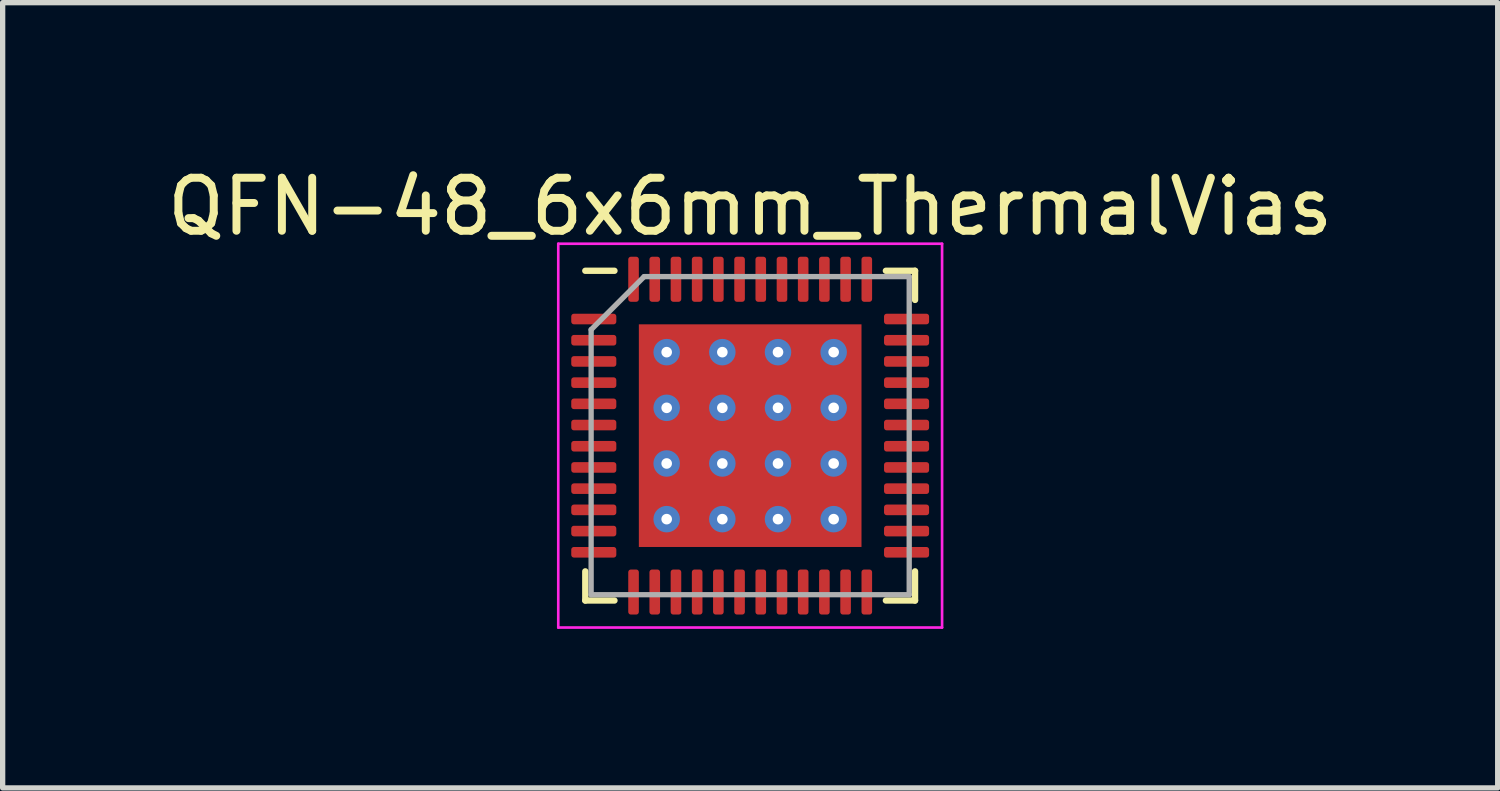
<source format=kicad_pcb>
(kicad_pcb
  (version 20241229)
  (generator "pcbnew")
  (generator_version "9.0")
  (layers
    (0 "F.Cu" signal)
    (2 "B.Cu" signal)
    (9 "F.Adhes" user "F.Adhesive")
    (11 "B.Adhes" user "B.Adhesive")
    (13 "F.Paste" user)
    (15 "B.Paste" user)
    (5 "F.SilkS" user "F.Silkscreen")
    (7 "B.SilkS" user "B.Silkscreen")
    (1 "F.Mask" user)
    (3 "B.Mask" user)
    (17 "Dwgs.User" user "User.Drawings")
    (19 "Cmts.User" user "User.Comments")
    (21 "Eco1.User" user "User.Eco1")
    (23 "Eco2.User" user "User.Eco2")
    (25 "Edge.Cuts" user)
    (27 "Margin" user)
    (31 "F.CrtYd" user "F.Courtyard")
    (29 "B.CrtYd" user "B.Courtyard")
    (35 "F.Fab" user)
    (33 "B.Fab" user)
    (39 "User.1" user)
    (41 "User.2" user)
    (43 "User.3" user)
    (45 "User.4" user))
  (footprint "QFN-48_6x6mm_ThermalVias"
    (layer "F.Cu")
    (at 11.101 5.168)
    (property "Reference" "QFN-48_6x6mm_ThermalVias" (at 0 -4.32 0) (layer "F.SilkS") (effects (font (size 1 1) (thickness 0.15))))
    (attr smd)
    (fp_line (start -3.11 3.11) (end -3.11 2.56) (stroke (width 0.12) (type solid)) (layer "F.SilkS"))
    (fp_line (start -2.56 -3.11) (end -3.11 -3.11) (stroke (width 0.12) (type solid)) (layer "F.SilkS"))
    (fp_line (start -2.56 3.11) (end -3.11 3.11) (stroke (width 0.12) (type solid)) (layer "F.SilkS"))
    (fp_line (start 2.56 -3.11) (end 3.11 -3.11) (stroke (width 0.12) (type solid)) (layer "F.SilkS"))
    (fp_line (start 2.56 3.11) (end 3.11 3.11) (stroke (width 0.12) (type solid)) (layer "F.SilkS"))
    (fp_line (start 3.11 -3.11) (end 3.11 -2.56) (stroke (width 0.12) (type solid)) (layer "F.SilkS"))
    (fp_line (start 3.11 3.11) (end 3.11 2.56) (stroke (width 0.12) (type solid)) (layer "F.SilkS"))
    (fp_line (start -3.62 -3.62) (end -3.62 3.62) (stroke (width 0.05) (type solid)) (layer "F.CrtYd"))
    (fp_line (start -3.62 3.62) (end 3.62 3.62) (stroke (width 0.05) (type solid)) (layer "F.CrtYd"))
    (fp_line (start 3.62 -3.62) (end -3.62 -3.62) (stroke (width 0.05) (type solid)) (layer "F.CrtYd"))
    (fp_line (start 3.62 3.62) (end 3.62 -3.62) (stroke (width 0.05) (type solid)) (layer "F.CrtYd"))
    (fp_line (start -3 -2) (end -2 -3) (stroke (width 0.1) (type solid)) (layer "F.Fab"))
    (fp_line (start -3 3) (end -3 -2) (stroke (width 0.1) (type solid)) (layer "F.Fab"))
    (fp_line (start -2 -3) (end 3 -3) (stroke (width 0.1) (type solid)) (layer "F.Fab"))
    (fp_line (start 3 -3) (end 3 3) (stroke (width 0.1) (type solid)) (layer "F.Fab"))
    (fp_line (start 3 3) (end -3 3) (stroke (width 0.1) (type solid)) (layer "F.Fab"))
    (pad "" smd custom (at -1.837 -1.837) (size 0.295 0.295) (layers "F.Paste") (options (anchor circle)) (primitives (gr_poly (pts (xy -0.106 -0.106) (xy 0.106 -0.106) (xy 0.106 -0.013) (xy -0.013 0.106) (xy -0.106 0.106)) (width 0.212) (fill yes))))
    (pad "" smd custom (at -1.837 -1.05) (size 0.331 0.331) (layers "F.Paste") (options (anchor circle)) (primitives (gr_poly (pts (xy -0.12 -0.331) (xy 0.043 -0.331) (xy 0.12 -0.255) (xy 0.12 0.255) (xy 0.043 0.331) (xy -0.12 0.331)) (width 0.184) (fill yes))))
    (pad "" smd custom (at -1.837 0) (size 0.331 0.331) (layers "F.Paste") (options (anchor circle)) (primitives (gr_poly (pts (xy -0.12 -0.331) (xy 0.043 -0.331) (xy 0.12 -0.255) (xy 0.12 0.255) (xy 0.043 0.331) (xy -0.12 0.331)) (width 0.184) (fill yes))))
    (pad "" smd custom (at -1.837 1.05) (size 0.331 0.331) (layers "F.Paste") (options (anchor circle)) (primitives (gr_poly (pts (xy -0.12 -0.331) (xy 0.043 -0.331) (xy 0.12 -0.255) (xy 0.12 0.255) (xy 0.043 0.331) (xy -0.12 0.331)) (width 0.184) (fill yes))))
    (pad "" smd custom (at -1.837 1.837) (size 0.295 0.295) (layers "F.Paste") (options (anchor circle)) (primitives (gr_poly (pts (xy -0.106 -0.106) (xy -0.013 -0.106) (xy 0.106 0.013) (xy 0.106 0.106) (xy -0.106 0.106)) (width 0.212) (fill yes))))
    (pad "" smd custom (at -1.05 -1.837) (size 0.331 0.331) (layers "F.Paste") (options (anchor circle)) (primitives (gr_poly (pts (xy -0.331 -0.12) (xy 0.331 -0.12) (xy 0.331 0.043) (xy 0.255 0.12) (xy -0.255 0.12) (xy -0.331 0.043)) (width 0.184) (fill yes))))
    (pad "" smd roundrect (at -1.05 -1.05) (size 0.847 0.847) (layers "F.Paste") (roundrect_rratio 0.25))
    (pad "" smd roundrect (at -1.05 0) (size 0.847 0.847) (layers "F.Paste") (roundrect_rratio 0.25))
    (pad "" smd roundrect (at -1.05 1.05) (size 0.847 0.847) (layers "F.Paste") (roundrect_rratio 0.25))
    (pad "" smd custom (at -1.05 1.837) (size 0.331 0.331) (layers "F.Paste") (options (anchor circle)) (primitives (gr_poly (pts (xy -0.331 -0.043) (xy -0.255 -0.12) (xy 0.255 -0.12) (xy 0.331 -0.043) (xy 0.331 0.12) (xy -0.331 0.12)) (width 0.184) (fill yes))))
    (pad "" smd custom (at 0 -1.837) (size 0.331 0.331) (layers "F.Paste") (options (anchor circle)) (primitives (gr_poly (pts (xy -0.331 -0.12) (xy 0.331 -0.12) (xy 0.331 0.043) (xy 0.255 0.12) (xy -0.255 0.12) (xy -0.331 0.043)) (width 0.184) (fill yes))))
    (pad "" smd roundrect (at 0 -1.05) (size 0.847 0.847) (layers "F.Paste") (roundrect_rratio 0.25))
    (pad "" smd roundrect (at 0 0) (size 0.847 0.847) (layers "F.Paste") (roundrect_rratio 0.25))
    (pad "" smd roundrect (at 0 1.05) (size 0.847 0.847) (layers "F.Paste") (roundrect_rratio 0.25))
    (pad "" smd custom (at 0 1.837) (size 0.331 0.331) (layers "F.Paste") (options (anchor circle)) (primitives (gr_poly (pts (xy -0.331 -0.043) (xy -0.255 -0.12) (xy 0.255 -0.12) (xy 0.331 -0.043) (xy 0.331 0.12) (xy -0.331 0.12)) (width 0.184) (fill yes))))
    (pad "" smd custom (at 1.05 -1.837) (size 0.331 0.331) (layers "F.Paste") (options (anchor circle)) (primitives (gr_poly (pts (xy -0.331 -0.12) (xy 0.331 -0.12) (xy 0.331 0.043) (xy 0.255 0.12) (xy -0.255 0.12) (xy -0.331 0.043)) (width 0.184) (fill yes))))
    (pad "" smd roundrect (at 1.05 -1.05) (size 0.847 0.847) (layers "F.Paste") (roundrect_rratio 0.25))
    (pad "" smd roundrect (at 1.05 0) (size 0.847 0.847) (layers "F.Paste") (roundrect_rratio 0.25))
    (pad "" smd roundrect (at 1.05 1.05) (size 0.847 0.847) (layers "F.Paste") (roundrect_rratio 0.25))
    (pad "" smd custom (at 1.05 1.837) (size 0.331 0.331) (layers "F.Paste") (options (anchor circle)) (primitives (gr_poly (pts (xy -0.331 -0.043) (xy -0.255 -0.12) (xy 0.255 -0.12) (xy 0.331 -0.043) (xy 0.331 0.12) (xy -0.331 0.12)) (width 0.184) (fill yes))))
    (pad "" smd custom (at 1.837 -1.837) (size 0.295 0.295) (layers "F.Paste") (options (anchor circle)) (primitives (gr_poly (pts (xy -0.106 -0.106) (xy 0.106 -0.106) (xy 0.106 0.106) (xy 0.013 0.106) (xy -0.106 -0.013)) (width 0.212) (fill yes))))
    (pad "" smd custom (at 1.837 -1.05) (size 0.331 0.331) (layers "F.Paste") (options (anchor circle)) (primitives (gr_poly (pts (xy -0.12 -0.255) (xy -0.043 -0.331) (xy 0.12 -0.331) (xy 0.12 0.331) (xy -0.043 0.331) (xy -0.12 0.255)) (width 0.184) (fill yes))))
    (pad "" smd custom (at 1.837 0) (size 0.331 0.331) (layers "F.Paste") (options (anchor circle)) (primitives (gr_poly (pts (xy -0.12 -0.255) (xy -0.043 -0.331) (xy 0.12 -0.331) (xy 0.12 0.331) (xy -0.043 0.331) (xy -0.12 0.255)) (width 0.184) (fill yes))))
    (pad "" smd custom (at 1.837 1.05) (size 0.331 0.331) (layers "F.Paste") (options (anchor circle)) (primitives (gr_poly (pts (xy -0.12 -0.255) (xy -0.043 -0.331) (xy 0.12 -0.331) (xy 0.12 0.331) (xy -0.043 0.331) (xy -0.12 0.255)) (width 0.184) (fill yes))))
    (pad "" smd custom (at 1.837 1.837) (size 0.295 0.295) (layers "F.Paste") (options (anchor circle)) (primitives (gr_poly (pts (xy -0.106 0.013) (xy 0.013 -0.106) (xy 0.106 -0.106) (xy 0.106 0.106) (xy -0.106 0.106)) (width 0.212) (fill yes))))
    (pad "1" smd roundrect (at -2.95 -2.2) (size 0.85 0.2) (layers "F.Cu" "F.Mask" "F.Paste") (roundrect_rratio 0.25))
    (pad "2" smd roundrect (at -2.95 -1.8) (size 0.85 0.2) (layers "F.Cu" "F.Mask" "F.Paste") (roundrect_rratio 0.25))
    (pad "3" smd roundrect (at -2.95 -1.4) (size 0.85 0.2) (layers "F.Cu" "F.Mask" "F.Paste") (roundrect_rratio 0.25))
    (pad "4" smd roundrect (at -2.95 -1) (size 0.85 0.2) (layers "F.Cu" "F.Mask" "F.Paste") (roundrect_rratio 0.25))
    (pad "5" smd roundrect (at -2.95 -0.6) (size 0.85 0.2) (layers "F.Cu" "F.Mask" "F.Paste") (roundrect_rratio 0.25))
    (pad "6" smd roundrect (at -2.95 -0.2) (size 0.85 0.2) (layers "F.Cu" "F.Mask" "F.Paste") (roundrect_rratio 0.25))
    (pad "7" smd roundrect (at -2.95 0.2) (size 0.85 0.2) (layers "F.Cu" "F.Mask" "F.Paste") (roundrect_rratio 0.25))
    (pad "8" smd roundrect (at -2.95 0.6) (size 0.85 0.2) (layers "F.Cu" "F.Mask" "F.Paste") (roundrect_rratio 0.25))
    (pad "9" smd roundrect (at -2.95 1) (size 0.85 0.2) (layers "F.Cu" "F.Mask" "F.Paste") (roundrect_rratio 0.25))
    (pad "10" smd roundrect (at -2.95 1.4) (size 0.85 0.2) (layers "F.Cu" "F.Mask" "F.Paste") (roundrect_rratio 0.25))
    (pad "11" smd roundrect (at -2.95 1.8) (size 0.85 0.2) (layers "F.Cu" "F.Mask" "F.Paste") (roundrect_rratio 0.25))
    (pad "12" smd roundrect (at -2.95 2.2) (size 0.85 0.2) (layers "F.Cu" "F.Mask" "F.Paste") (roundrect_rratio 0.25))
    (pad "13" smd roundrect (at -2.2 2.95) (size 0.2 0.85) (layers "F.Cu" "F.Mask" "F.Paste") (roundrect_rratio 0.25))
    (pad "14" smd roundrect (at -1.8 2.95) (size 0.2 0.85) (layers "F.Cu" "F.Mask" "F.Paste") (roundrect_rratio 0.25))
    (pad "15" smd roundrect (at -1.4 2.95) (size 0.2 0.85) (layers "F.Cu" "F.Mask" "F.Paste") (roundrect_rratio 0.25))
    (pad "16" smd roundrect (at -1 2.95) (size 0.2 0.85) (layers "F.Cu" "F.Mask" "F.Paste") (roundrect_rratio 0.25))
    (pad "17" smd roundrect (at -0.6 2.95) (size 0.2 0.85) (layers "F.Cu" "F.Mask" "F.Paste") (roundrect_rratio 0.25))
    (pad "18" smd roundrect (at -0.2 2.95) (size 0.2 0.85) (layers "F.Cu" "F.Mask" "F.Paste") (roundrect_rratio 0.25))
    (pad "19" smd roundrect (at 0.2 2.95) (size 0.2 0.85) (layers "F.Cu" "F.Mask" "F.Paste") (roundrect_rratio 0.25))
    (pad "20" smd roundrect (at 0.6 2.95) (size 0.2 0.85) (layers "F.Cu" "F.Mask" "F.Paste") (roundrect_rratio 0.25))
    (pad "21" smd roundrect (at 1 2.95) (size 0.2 0.85) (layers "F.Cu" "F.Mask" "F.Paste") (roundrect_rratio 0.25))
    (pad "22" smd roundrect (at 1.4 2.95) (size 0.2 0.85) (layers "F.Cu" "F.Mask" "F.Paste") (roundrect_rratio 0.25))
    (pad "23" smd roundrect (at 1.8 2.95) (size 0.2 0.85) (layers "F.Cu" "F.Mask" "F.Paste") (roundrect_rratio 0.25))
    (pad "24" smd roundrect (at 2.2 2.95) (size 0.2 0.85) (layers "F.Cu" "F.Mask" "F.Paste") (roundrect_rratio 0.25))
    (pad "25" smd roundrect (at 2.95 2.2) (size 0.85 0.2) (layers "F.Cu" "F.Mask" "F.Paste") (roundrect_rratio 0.25))
    (pad "26" smd roundrect (at 2.95 1.8) (size 0.85 0.2) (layers "F.Cu" "F.Mask" "F.Paste") (roundrect_rratio 0.25))
    (pad "27" smd roundrect (at 2.95 1.4) (size 0.85 0.2) (layers "F.Cu" "F.Mask" "F.Paste") (roundrect_rratio 0.25))
    (pad "28" smd roundrect (at 2.95 1) (size 0.85 0.2) (layers "F.Cu" "F.Mask" "F.Paste") (roundrect_rratio 0.25))
    (pad "29" smd roundrect (at 2.95 0.6) (size 0.85 0.2) (layers "F.Cu" "F.Mask" "F.Paste") (roundrect_rratio 0.25))
    (pad "30" smd roundrect (at 2.95 0.2) (size 0.85 0.2) (layers "F.Cu" "F.Mask" "F.Paste") (roundrect_rratio 0.25))
    (pad "31" smd roundrect (at 2.95 -0.2) (size 0.85 0.2) (layers "F.Cu" "F.Mask" "F.Paste") (roundrect_rratio 0.25))
    (pad "32" smd roundrect (at 2.95 -0.6) (size 0.85 0.2) (layers "F.Cu" "F.Mask" "F.Paste") (roundrect_rratio 0.25))
    (pad "33" smd roundrect (at 2.95 -1) (size 0.85 0.2) (layers "F.Cu" "F.Mask" "F.Paste") (roundrect_rratio 0.25))
    (pad "34" smd roundrect (at 2.95 -1.4) (size 0.85 0.2) (layers "F.Cu" "F.Mask" "F.Paste") (roundrect_rratio 0.25))
    (pad "35" smd roundrect (at 2.95 -1.8) (size 0.85 0.2) (layers "F.Cu" "F.Mask" "F.Paste") (roundrect_rratio 0.25))
    (pad "36" smd roundrect (at 2.95 -2.2) (size 0.85 0.2) (layers "F.Cu" "F.Mask" "F.Paste") (roundrect_rratio 0.25))
    (pad "37" smd roundrect (at 2.2 -2.95) (size 0.2 0.85) (layers "F.Cu" "F.Mask" "F.Paste") (roundrect_rratio 0.25))
    (pad "38" smd roundrect (at 1.8 -2.95) (size 0.2 0.85) (layers "F.Cu" "F.Mask" "F.Paste") (roundrect_rratio 0.25))
    (pad "39" smd roundrect (at 1.4 -2.95) (size 0.2 0.85) (layers "F.Cu" "F.Mask" "F.Paste") (roundrect_rratio 0.25))
    (pad "40" smd roundrect (at 1 -2.95) (size 0.2 0.85) (layers "F.Cu" "F.Mask" "F.Paste") (roundrect_rratio 0.25))
    (pad "41" smd roundrect (at 0.6 -2.95) (size 0.2 0.85) (layers "F.Cu" "F.Mask" "F.Paste") (roundrect_rratio 0.25))
    (pad "42" smd roundrect (at 0.2 -2.95) (size 0.2 0.85) (layers "F.Cu" "F.Mask" "F.Paste") (roundrect_rratio 0.25))
    (pad "43" smd roundrect (at -0.2 -2.95) (size 0.2 0.85) (layers "F.Cu" "F.Mask" "F.Paste") (roundrect_rratio 0.25))
    (pad "44" smd roundrect (at -0.6 -2.95) (size 0.2 0.85) (layers "F.Cu" "F.Mask" "F.Paste") (roundrect_rratio 0.25))
    (pad "45" smd roundrect (at -1 -2.95) (size 0.2 0.85) (layers "F.Cu" "F.Mask" "F.Paste") (roundrect_rratio 0.25))
    (pad "46" smd roundrect (at -1.4 -2.95) (size 0.2 0.85) (layers "F.Cu" "F.Mask" "F.Paste") (roundrect_rratio 0.25))
    (pad "47" smd roundrect (at -1.8 -2.95) (size 0.2 0.85) (layers "F.Cu" "F.Mask" "F.Paste") (roundrect_rratio 0.25))
    (pad "48" smd roundrect (at -2.2 -2.95) (size 0.2 0.85) (layers "F.Cu" "F.Mask" "F.Paste") (roundrect_rratio 0.25))
    (pad "49" thru_hole circle (at -1.575 -1.575) (size 0.5 0.5) (drill 0.2) (layers "*.Cu"))
    (pad "49" thru_hole circle (at -1.575 -0.525) (size 0.5 0.5) (drill 0.2) (layers "*.Cu"))
    (pad "49" thru_hole circle (at -1.575 0.525) (size 0.5 0.5) (drill 0.2) (layers "*.Cu"))
    (pad "49" thru_hole circle (at -1.575 1.575) (size 0.5 0.5) (drill 0.2) (layers "*.Cu"))
    (pad "49" thru_hole circle (at -0.525 -1.575) (size 0.5 0.5) (drill 0.2) (layers "*.Cu"))
    (pad "49" thru_hole circle (at -0.525 -0.525) (size 0.5 0.5) (drill 0.2) (layers "*.Cu"))
    (pad "49" thru_hole circle (at -0.525 0.525) (size 0.5 0.5) (drill 0.2) (layers "*.Cu"))
    (pad "49" thru_hole circle (at -0.525 1.575) (size 0.5 0.5) (drill 0.2) (layers "*.Cu"))
    (pad "49" smd rect (at 0 0) (size 4.2 4.2) (layers "F.Cu" "F.Mask"))
    (pad "49" thru_hole circle (at 0.525 -1.575) (size 0.5 0.5) (drill 0.2) (layers "*.Cu"))
    (pad "49" thru_hole circle (at 0.525 -0.525) (size 0.5 0.5) (drill 0.2) (layers "*.Cu"))
    (pad "49" thru_hole circle (at 0.525 0.525) (size 0.5 0.5) (drill 0.2) (layers "*.Cu"))
    (pad "49" thru_hole circle (at 0.525 1.575) (size 0.5 0.5) (drill 0.2) (layers "*.Cu"))
    (pad "49" thru_hole circle (at 1.575 -1.575) (size 0.5 0.5) (drill 0.2) (layers "*.Cu"))
    (pad "49" thru_hole circle (at 1.575 -0.525) (size 0.5 0.5) (drill 0.2) (layers "*.Cu"))
    (pad "49" thru_hole circle (at 1.575 0.525) (size 0.5 0.5) (drill 0.2) (layers "*.Cu"))
    (pad "49" thru_hole circle (at 1.575 1.575) (size 0.5 0.5) (drill 0.2) (layers "*.Cu")))
  (gr_rect
    (start -3 -3)
    (end 25.202 11.813)
    (stroke (width 0.1) (type default))
    (fill no)
    (layer "Edge.Cuts")))
</source>
